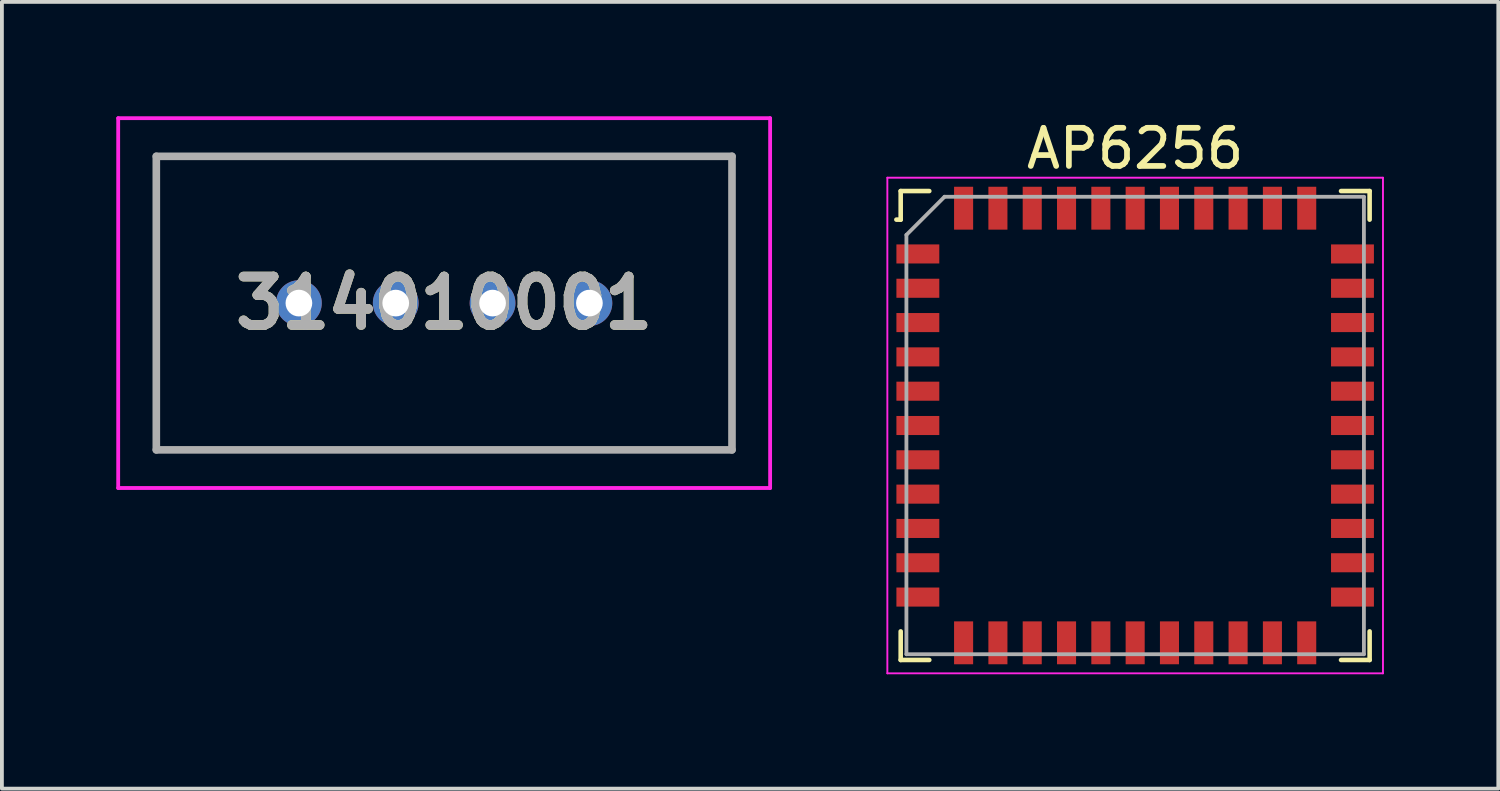
<source format=kicad_pcb>
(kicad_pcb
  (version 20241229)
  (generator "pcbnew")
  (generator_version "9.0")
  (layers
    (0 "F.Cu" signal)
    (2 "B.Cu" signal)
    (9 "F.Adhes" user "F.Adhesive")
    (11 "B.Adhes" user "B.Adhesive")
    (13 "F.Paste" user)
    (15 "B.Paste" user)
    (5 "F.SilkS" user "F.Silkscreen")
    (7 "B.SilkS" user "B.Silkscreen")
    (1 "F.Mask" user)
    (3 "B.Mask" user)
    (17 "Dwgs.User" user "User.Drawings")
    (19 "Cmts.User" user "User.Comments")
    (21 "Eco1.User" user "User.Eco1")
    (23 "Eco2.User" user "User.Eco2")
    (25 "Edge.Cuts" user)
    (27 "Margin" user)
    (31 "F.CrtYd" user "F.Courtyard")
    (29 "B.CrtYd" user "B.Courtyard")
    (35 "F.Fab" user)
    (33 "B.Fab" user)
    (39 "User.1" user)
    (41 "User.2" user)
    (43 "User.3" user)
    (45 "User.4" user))
  (footprint "AP6256"
    (layer "F.Cu")
    (at 26.725 8.111)
    (property "Reference" "AP6256" (at 0 -7.263 0) (layer "F.SilkS") (effects (font (size 1 1) (thickness 0.15))))
    (attr smd)
    (fp_line (start -6.15 -6.15) (end -6.15 -5.4) (stroke (width 0.12) (type solid)) (layer "F.SilkS"))
    (fp_line (start -6.15 -5.4) (end -6.263 -5.4) (stroke (width 0.12) (type solid)) (layer "F.SilkS"))
    (fp_line (start -6.15 6.15) (end -6.15 5.4) (stroke (width 0.12) (type solid)) (layer "F.SilkS"))
    (fp_line (start -5.4 -6.15) (end -6.15 -6.15) (stroke (width 0.12) (type solid)) (layer "F.SilkS"))
    (fp_line (start -5.4 6.15) (end -6.15 6.15) (stroke (width 0.12) (type solid)) (layer "F.SilkS"))
    (fp_line (start 5.4 -6.15) (end 6.15 -6.15) (stroke (width 0.12) (type solid)) (layer "F.SilkS"))
    (fp_line (start 5.4 6.15) (end 6.15 6.15) (stroke (width 0.12) (type solid)) (layer "F.SilkS"))
    (fp_line (start 6.15 -6.15) (end 6.15 -5.4) (stroke (width 0.12) (type solid)) (layer "F.SilkS"))
    (fp_line (start 6.15 6.15) (end 6.15 5.4) (stroke (width 0.12) (type solid)) (layer "F.SilkS"))
    (fp_line (start -6.5 -6.5) (end 6.5 -6.5) (stroke (width 0.05) (type solid)) (layer "F.CrtYd"))
    (fp_line (start -6.5 6.5) (end -6.5 -6.5) (stroke (width 0.05) (type solid)) (layer "F.CrtYd"))
    (fp_line (start 6.5 -6.5) (end 6.5 6.5) (stroke (width 0.05) (type solid)) (layer "F.CrtYd"))
    (fp_line (start 6.5 6.5) (end -6.5 6.5) (stroke (width 0.05) (type solid)) (layer "F.CrtYd"))
    (fp_line (start -6 -5) (end -6 6) (stroke (width 0.1) (type solid)) (layer "F.Fab"))
    (fp_line (start -6 6) (end 6 6) (stroke (width 0.1) (type solid)) (layer "F.Fab"))
    (fp_line (start -5 -6) (end -6 -5) (stroke (width 0.1) (type solid)) (layer "F.Fab"))
    (fp_line (start 6 -6) (end -5 -6) (stroke (width 0.1) (type solid)) (layer "F.Fab"))
    (fp_line (start 6 6) (end 6 -6) (stroke (width 0.1) (type solid)) (layer "F.Fab"))
    (pad "1" smd rect (at -5.7 -4.5 90) (size 0.5 1.125) (layers "F.Cu" "F.Mask" "F.Paste"))
    (pad "2" smd rect (at -5.7 -3.6 90) (size 0.5 1.125) (layers "F.Cu" "F.Mask" "F.Paste"))
    (pad "3" smd rect (at -5.7 -2.7 90) (size 0.5 1.125) (layers "F.Cu" "F.Mask" "F.Paste"))
    (pad "4" smd rect (at -5.7 -1.8 90) (size 0.5 1.125) (layers "F.Cu" "F.Mask" "F.Paste"))
    (pad "5" smd rect (at -5.7 -0.9 90) (size 0.5 1.125) (layers "F.Cu" "F.Mask" "F.Paste"))
    (pad "6" smd rect (at -5.7 0 90) (size 0.5 1.125) (layers "F.Cu" "F.Mask" "F.Paste"))
    (pad "7" smd rect (at -5.7 0.9 90) (size 0.5 1.125) (layers "F.Cu" "F.Mask" "F.Paste"))
    (pad "8" smd rect (at -5.7 1.8 90) (size 0.5 1.125) (layers "F.Cu" "F.Mask" "F.Paste"))
    (pad "9" smd rect (at -5.7 2.7 90) (size 0.5 1.125) (layers "F.Cu" "F.Mask" "F.Paste"))
    (pad "10" smd rect (at -5.7 3.6 90) (size 0.5 1.125) (layers "F.Cu" "F.Mask" "F.Paste"))
    (pad "11" smd rect (at -5.7 4.5 90) (size 0.5 1.125) (layers "F.Cu" "F.Mask" "F.Paste"))
    (pad "12" smd rect (at -4.5 5.7) (size 0.5 1.125) (layers "F.Cu" "F.Mask" "F.Paste"))
    (pad "13" smd rect (at -3.6 5.7) (size 0.5 1.125) (layers "F.Cu" "F.Mask" "F.Paste"))
    (pad "14" smd rect (at -2.7 5.7) (size 0.5 1.125) (layers "F.Cu" "F.Mask" "F.Paste"))
    (pad "15" smd rect (at -1.8 5.7) (size 0.5 1.125) (layers "F.Cu" "F.Mask" "F.Paste"))
    (pad "16" smd rect (at -0.9 5.7) (size 0.5 1.125) (layers "F.Cu" "F.Mask" "F.Paste"))
    (pad "17" smd rect (at 0 5.7) (size 0.5 1.125) (layers "F.Cu" "F.Mask" "F.Paste"))
    (pad "18" smd rect (at 0.9 5.7) (size 0.5 1.125) (layers "F.Cu" "F.Mask" "F.Paste"))
    (pad "19" smd rect (at 1.8 5.7) (size 0.5 1.125) (layers "F.Cu" "F.Mask" "F.Paste"))
    (pad "20" smd rect (at 2.7 5.7) (size 0.5 1.125) (layers "F.Cu" "F.Mask" "F.Paste"))
    (pad "21" smd rect (at 3.6 5.7) (size 0.5 1.125) (layers "F.Cu" "F.Mask" "F.Paste"))
    (pad "22" smd rect (at 4.5 5.7) (size 0.5 1.125) (layers "F.Cu" "F.Mask" "F.Paste"))
    (pad "23" smd rect (at 5.7 4.5 90) (size 0.5 1.125) (layers "F.Cu" "F.Mask" "F.Paste"))
    (pad "24" smd rect (at 5.7 3.6 90) (size 0.5 1.125) (layers "F.Cu" "F.Mask" "F.Paste"))
    (pad "25" smd rect (at 5.7 2.7 90) (size 0.5 1.125) (layers "F.Cu" "F.Mask" "F.Paste"))
    (pad "26" smd rect (at 5.7 1.8 90) (size 0.5 1.125) (layers "F.Cu" "F.Mask" "F.Paste"))
    (pad "27" smd rect (at 5.7 0.9 90) (size 0.5 1.125) (layers "F.Cu" "F.Mask" "F.Paste"))
    (pad "28" smd rect (at 5.7 0 90) (size 0.5 1.125) (layers "F.Cu" "F.Mask" "F.Paste"))
    (pad "29" smd rect (at 5.7 -0.9 90) (size 0.5 1.125) (layers "F.Cu" "F.Mask" "F.Paste"))
    (pad "30" smd rect (at 5.7 -1.8 90) (size 0.5 1.125) (layers "F.Cu" "F.Mask" "F.Paste"))
    (pad "31" smd rect (at 5.7 -2.7 90) (size 0.5 1.125) (layers "F.Cu" "F.Mask" "F.Paste"))
    (pad "32" smd rect (at 5.7 -3.6 90) (size 0.5 1.125) (layers "F.Cu" "F.Mask" "F.Paste"))
    (pad "33" smd rect (at 5.7 -4.5 90) (size 0.5 1.125) (layers "F.Cu" "F.Mask" "F.Paste"))
    (pad "34" smd rect (at 4.5 -5.7) (size 0.5 1.125) (layers "F.Cu" "F.Mask" "F.Paste"))
    (pad "35" smd rect (at 3.6 -5.7) (size 0.5 1.125) (layers "F.Cu" "F.Mask" "F.Paste"))
    (pad "36" smd rect (at 2.7 -5.7) (size 0.5 1.125) (layers "F.Cu" "F.Mask" "F.Paste"))
    (pad "37" smd rect (at 1.8 -5.7) (size 0.5 1.125) (layers "F.Cu" "F.Mask" "F.Paste"))
    (pad "38" smd rect (at 0.9 -5.7) (size 0.5 1.125) (layers "F.Cu" "F.Mask" "F.Paste"))
    (pad "39" smd rect (at 0 -5.7) (size 0.5 1.125) (layers "F.Cu" "F.Mask" "F.Paste"))
    (pad "40" smd rect (at -0.9 -5.7) (size 0.5 1.125) (layers "F.Cu" "F.Mask" "F.Paste"))
    (pad "41" smd rect (at -1.8 -5.7) (size 0.5 1.125) (layers "F.Cu" "F.Mask" "F.Paste"))
    (pad "42" smd rect (at -2.7 -5.7) (size 0.5 1.125) (layers "F.Cu" "F.Mask" "F.Paste"))
    (pad "43" smd rect (at -3.6 -5.7) (size 0.5 1.125) (layers "F.Cu" "F.Mask" "F.Paste"))
    (pad "44" smd rect (at -4.5 -5.7) (size 0.5 1.125) (layers "F.Cu" "F.Mask" "F.Paste")))
  (footprint "314010001"
    (layer "F.Cu")
    (at 4.79 4.9)
    (property "Reference" "314010001" (at 3.81 0 0) (layer "F.SilkS") (effects (font (size 1.27 1.27) (thickness 0.254))))
    (attr through_hole)
    (fp_line (start -3.74 -3.85) (end 11.36 -3.85) (stroke (width 0.1) (type solid)) (layer "F.SilkS"))
    (fp_line (start -3.74 3.85) (end -3.74 -3.85) (stroke (width 0.1) (type solid)) (layer "F.SilkS"))
    (fp_line (start 11.36 -3.85) (end 11.36 3.85) (stroke (width 0.1) (type solid)) (layer "F.SilkS"))
    (fp_line (start 11.36 3.85) (end -3.74 3.85) (stroke (width 0.1) (type solid)) (layer "F.SilkS"))
    (fp_line (start -4.74 -4.85) (end 12.36 -4.85) (stroke (width 0.1) (type solid)) (layer "F.CrtYd"))
    (fp_line (start -4.74 4.85) (end -4.74 -4.85) (stroke (width 0.1) (type solid)) (layer "F.CrtYd"))
    (fp_line (start 12.36 -4.85) (end 12.36 4.85) (stroke (width 0.1) (type solid)) (layer "F.CrtYd"))
    (fp_line (start 12.36 4.85) (end -4.74 4.85) (stroke (width 0.1) (type solid)) (layer "F.CrtYd"))
    (fp_line (start -3.74 -3.85) (end 11.36 -3.85) (stroke (width 0.2) (type solid)) (layer "F.Fab"))
    (fp_line (start -3.74 3.85) (end -3.74 -3.85) (stroke (width 0.2) (type solid)) (layer "F.Fab"))
    (fp_line (start 11.36 -3.85) (end 11.36 3.85) (stroke (width 0.2) (type solid)) (layer "F.Fab"))
    (fp_line (start 11.36 3.85) (end -3.74 3.85) (stroke (width 0.2) (type solid)) (layer "F.Fab"))
    (fp_text user "${REFERENCE}" (at 3.81 0 0) (layer "F.Fab") (effects (font (size 1.27 1.27) (thickness 0.254))))
    (pad "1" thru_hole circle (at 0 0) (size 1.2 1.2) (drill 0.7) (layers "*.Cu" "*.Mask"))
    (pad "2" thru_hole circle (at 2.54 0) (size 1.2 1.2) (drill 0.7) (layers "*.Cu" "*.Mask"))
    (pad "3" thru_hole circle (at 5.08 0) (size 1.2 1.2) (drill 0.7) (layers "*.Cu" "*.Mask"))
    (pad "4" thru_hole circle (at 7.62 0) (size 1.2 1.2) (drill 0.7) (layers "*.Cu" "*.Mask")))
  (gr_rect
    (start -3 -3)
    (end 36.25 17.636)
    (stroke (width 0.1) (type default))
    (fill no)
    (layer "Edge.Cuts")))
</source>
